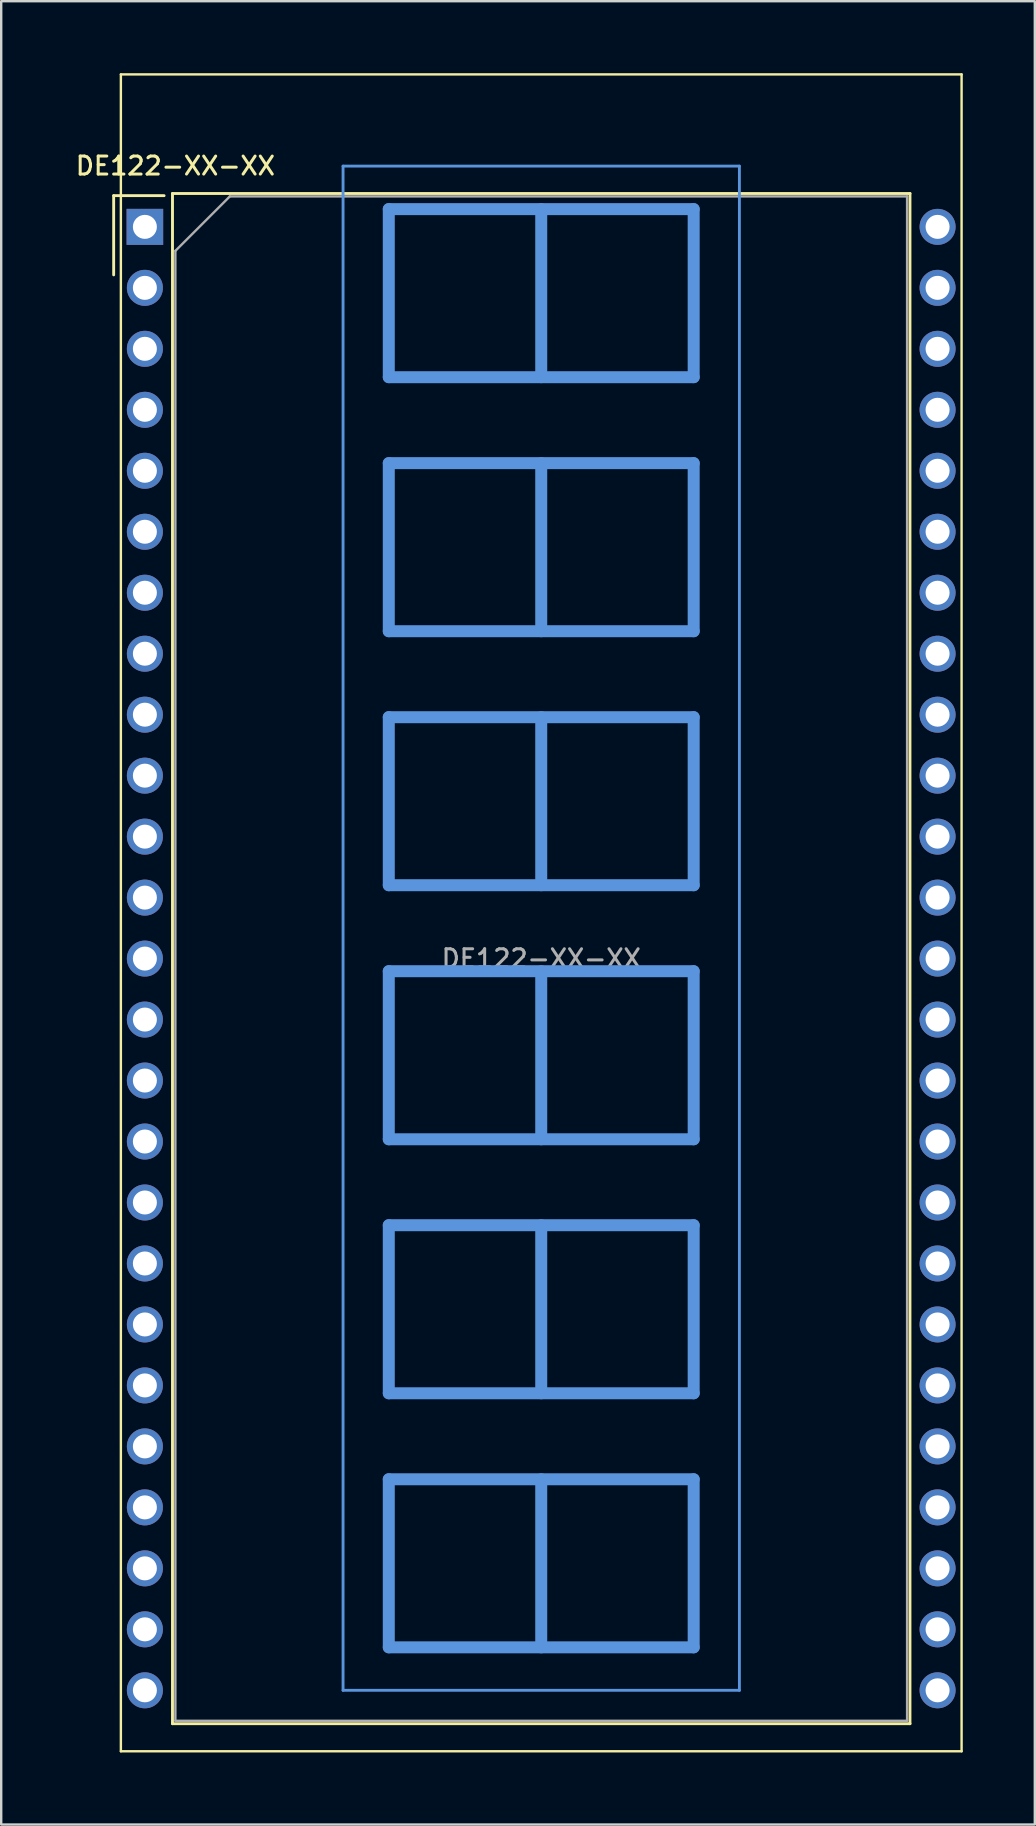
<source format=kicad_pcb>
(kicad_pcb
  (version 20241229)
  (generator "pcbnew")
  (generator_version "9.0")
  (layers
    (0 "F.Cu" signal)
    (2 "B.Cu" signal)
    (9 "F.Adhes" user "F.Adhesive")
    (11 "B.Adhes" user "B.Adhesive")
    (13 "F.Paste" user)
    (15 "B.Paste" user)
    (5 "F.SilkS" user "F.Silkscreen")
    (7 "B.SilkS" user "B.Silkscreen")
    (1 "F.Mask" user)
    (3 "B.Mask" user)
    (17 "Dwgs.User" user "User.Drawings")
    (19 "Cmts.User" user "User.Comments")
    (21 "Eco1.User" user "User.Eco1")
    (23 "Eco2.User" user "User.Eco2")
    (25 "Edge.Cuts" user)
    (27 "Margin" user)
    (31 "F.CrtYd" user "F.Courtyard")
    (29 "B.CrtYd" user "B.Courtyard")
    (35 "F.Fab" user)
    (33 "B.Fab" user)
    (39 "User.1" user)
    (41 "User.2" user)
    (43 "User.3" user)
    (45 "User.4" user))
  (footprint "DE122-XX-XX"
    (layer "F.Cu")
    (at 2.985 6.4)
    (property "Reference" "DE122-XX-XX" (at 1.27 -2.54 0) (layer "F.SilkS") (effects (font (size 0.75 0.75) (thickness 0.125))))
    (attr through_hole)
    (fp_line (start -1.3 -1.3) (end -1.3 2) (stroke (width 0.12) (type solid)) (layer "F.SilkS"))
    (fp_line (start -1.3 -1.3) (end 0.8 -1.3) (stroke (width 0.12) (type solid)) (layer "F.SilkS"))
    (fp_line (start -1 -6.35) (end 34.02 -6.35) (stroke (width 0.1) (type solid)) (layer "F.SilkS"))
    (fp_line (start -1 63.5) (end -1 -6.35) (stroke (width 0.1) (type solid)) (layer "F.SilkS"))
    (fp_line (start 1.15 -1.39) (end 1.15 62.35) (stroke (width 0.12) (type solid)) (layer "F.SilkS"))
    (fp_line (start 1.15 62.35) (end 31.87 62.35) (stroke (width 0.12) (type solid)) (layer "F.SilkS"))
    (fp_line (start 31.87 -1.39) (end 1.15 -1.39) (stroke (width 0.12) (type solid)) (layer "F.SilkS"))
    (fp_line (start 31.87 62.35) (end 31.87 -1.39) (stroke (width 0.12) (type solid)) (layer "F.SilkS"))
    (fp_line (start 34.02 -6.35) (end 34.02 63.5) (stroke (width 0.1) (type solid)) (layer "F.SilkS"))
    (fp_line (start 34.02 63.5) (end -1 63.5) (stroke (width 0.1) (type solid)) (layer "F.SilkS"))
    (fp_line (start 8.255 -2.53) (end 8.255 60.96) (stroke (width 0.12) (type solid)) (layer "Cmts.User"))
    (fp_line (start 8.255 -2.53) (end 24.765 -2.53) (stroke (width 0.12) (type solid)) (layer "Cmts.User"))
    (fp_line (start 8.255 60.96) (end 24.765 60.96) (stroke (width 0.12) (type solid)) (layer "Cmts.User"))
    (fp_line (start 10.16 -0.739) (end 22.86 -0.739) (stroke (width 0.5) (type solid)) (layer "Cmts.User"))
    (fp_line (start 10.16 6.261) (end 10.16 -0.739) (stroke (width 0.5) (type solid)) (layer "Cmts.User"))
    (fp_line (start 10.16 9.843) (end 22.86 9.843) (stroke (width 0.5) (type solid)) (layer "Cmts.User"))
    (fp_line (start 10.16 16.843) (end 10.16 9.843) (stroke (width 0.5) (type solid)) (layer "Cmts.User"))
    (fp_line (start 10.16 20.424) (end 22.86 20.424) (stroke (width 0.5) (type solid)) (layer "Cmts.User"))
    (fp_line (start 10.16 27.424) (end 10.16 20.424) (stroke (width 0.5) (type solid)) (layer "Cmts.User"))
    (fp_line (start 10.16 31.006) (end 22.86 31.006) (stroke (width 0.5) (type solid)) (layer "Cmts.User"))
    (fp_line (start 10.16 38.006) (end 10.16 31.006) (stroke (width 0.5) (type solid)) (layer "Cmts.User"))
    (fp_line (start 10.16 41.587) (end 22.86 41.587) (stroke (width 0.5) (type solid)) (layer "Cmts.User"))
    (fp_line (start 10.16 48.587) (end 10.16 41.587) (stroke (width 0.5) (type solid)) (layer "Cmts.User"))
    (fp_line (start 10.16 52.169) (end 22.86 52.169) (stroke (width 0.5) (type solid)) (layer "Cmts.User"))
    (fp_line (start 10.16 59.169) (end 10.16 52.169) (stroke (width 0.5) (type solid)) (layer "Cmts.User"))
    (fp_line (start 16.51 -0.739) (end 16.51 6.261) (stroke (width 0.5) (type solid)) (layer "Cmts.User"))
    (fp_line (start 16.51 9.843) (end 16.51 16.843) (stroke (width 0.5) (type solid)) (layer "Cmts.User"))
    (fp_line (start 16.51 20.424) (end 16.51 27.424) (stroke (width 0.5) (type solid)) (layer "Cmts.User"))
    (fp_line (start 16.51 31.006) (end 16.51 38.006) (stroke (width 0.5) (type solid)) (layer "Cmts.User"))
    (fp_line (start 16.51 41.587) (end 16.51 48.587) (stroke (width 0.5) (type solid)) (layer "Cmts.User"))
    (fp_line (start 16.51 52.169) (end 16.51 59.169) (stroke (width 0.5) (type solid)) (layer "Cmts.User"))
    (fp_line (start 22.86 -0.739) (end 22.86 6.261) (stroke (width 0.5) (type solid)) (layer "Cmts.User"))
    (fp_line (start 22.86 6.261) (end 10.16 6.261) (stroke (width 0.5) (type solid)) (layer "Cmts.User"))
    (fp_line (start 22.86 9.843) (end 22.86 16.843) (stroke (width 0.5) (type solid)) (layer "Cmts.User"))
    (fp_line (start 22.86 16.843) (end 10.16 16.843) (stroke (width 0.5) (type solid)) (layer "Cmts.User"))
    (fp_line (start 22.86 20.424) (end 22.86 27.424) (stroke (width 0.5) (type solid)) (layer "Cmts.User"))
    (fp_line (start 22.86 27.424) (end 10.16 27.424) (stroke (width 0.5) (type solid)) (layer "Cmts.User"))
    (fp_line (start 22.86 31.006) (end 22.86 38.006) (stroke (width 0.5) (type solid)) (layer "Cmts.User"))
    (fp_line (start 22.86 38.006) (end 10.16 38.006) (stroke (width 0.5) (type solid)) (layer "Cmts.User"))
    (fp_line (start 22.86 41.587) (end 22.86 48.587) (stroke (width 0.5) (type solid)) (layer "Cmts.User"))
    (fp_line (start 22.86 48.587) (end 10.16 48.587) (stroke (width 0.5) (type solid)) (layer "Cmts.User"))
    (fp_line (start 22.86 52.169) (end 22.86 59.169) (stroke (width 0.5) (type solid)) (layer "Cmts.User"))
    (fp_line (start 22.86 59.169) (end 10.16 59.169) (stroke (width 0.5) (type solid)) (layer "Cmts.User"))
    (fp_line (start 24.765 60.96) (end 24.765 -2.53) (stroke (width 0.12) (type solid)) (layer "Cmts.User"))
    (fp_line (start 1.27 1) (end 3.54 -1.27) (stroke (width 0.1) (type solid)) (layer "F.Fab"))
    (fp_line (start 1.27 62.23) (end 1.27 1) (stroke (width 0.1) (type solid)) (layer "F.Fab"))
    (fp_line (start 3.54 -1.27) (end 31.75 -1.27) (stroke (width 0.1) (type solid)) (layer "F.Fab"))
    (fp_line (start 31.75 -1.27) (end 31.75 62.23) (stroke (width 0.1) (type solid)) (layer "F.Fab"))
    (fp_line (start 31.75 62.23) (end 1.27 62.23) (stroke (width 0.1) (type solid)) (layer "F.Fab"))
    (fp_text user "${REFERENCE}" (at 16.51 30.48 0) (layer "F.Fab") (effects (font (size 0.75 0.75) (thickness 0.125))))
    (pad "1" thru_hole rect (at 0 0 270) (size 1.5 1.524) (drill 1) (layers "*.Cu" "*.Mask"))
    (pad "2" thru_hole circle (at 0 2.54 270) (size 1.5 1.5) (drill 1) (layers "*.Cu" "*.Mask"))
    (pad "3" thru_hole circle (at 0 5.08 270) (size 1.5 1.5) (drill 1) (layers "*.Cu" "*.Mask"))
    (pad "4" thru_hole circle (at 0 7.62 270) (size 1.5 1.5) (drill 1) (layers "*.Cu" "*.Mask"))
    (pad "5" thru_hole circle (at 0 10.16 270) (size 1.5 1.5) (drill 1) (layers "*.Cu" "*.Mask"))
    (pad "6" thru_hole circle (at 0 12.7 270) (size 1.5 1.5) (drill 1) (layers "*.Cu" "*.Mask"))
    (pad "7" thru_hole circle (at 0 15.24 270) (size 1.5 1.5) (drill 1) (layers "*.Cu" "*.Mask"))
    (pad "8" thru_hole circle (at 0 17.78 270) (size 1.5 1.5) (drill 1) (layers "*.Cu" "*.Mask"))
    (pad "9" thru_hole circle (at 0 20.32 270) (size 1.5 1.5) (drill 1) (layers "*.Cu" "*.Mask"))
    (pad "10" thru_hole circle (at 0 22.86 270) (size 1.5 1.5) (drill 1) (layers "*.Cu" "*.Mask"))
    (pad "11" thru_hole circle (at 0 25.4 270) (size 1.5 1.5) (drill 1) (layers "*.Cu" "*.Mask"))
    (pad "12" thru_hole circle (at 0 27.94 270) (size 1.5 1.5) (drill 1) (layers "*.Cu" "*.Mask"))
    (pad "13" thru_hole circle (at 0 30.48 270) (size 1.5 1.5) (drill 1) (layers "*.Cu" "*.Mask"))
    (pad "14" thru_hole circle (at 0 33.02 270) (size 1.5 1.5) (drill 1) (layers "*.Cu" "*.Mask"))
    (pad "15" thru_hole circle (at 0 35.56 270) (size 1.5 1.5) (drill 1) (layers "*.Cu" "*.Mask"))
    (pad "16" thru_hole circle (at 0 38.1 270) (size 1.5 1.5) (drill 1) (layers "*.Cu" "*.Mask"))
    (pad "17" thru_hole circle (at 0 40.64 270) (size 1.5 1.5) (drill 1) (layers "*.Cu" "*.Mask"))
    (pad "18" thru_hole circle (at 0 43.18 270) (size 1.5 1.5) (drill 1) (layers "*.Cu" "*.Mask"))
    (pad "19" thru_hole circle (at 0 45.72 270) (size 1.5 1.5) (drill 1) (layers "*.Cu" "*.Mask"))
    (pad "20" thru_hole circle (at 0 48.26 270) (size 1.5 1.5) (drill 1) (layers "*.Cu" "*.Mask"))
    (pad "21" thru_hole circle (at 0 50.8 270) (size 1.5 1.5) (drill 1) (layers "*.Cu" "*.Mask"))
    (pad "22" thru_hole circle (at 0 53.34 270) (size 1.5 1.5) (drill 1) (layers "*.Cu" "*.Mask"))
    (pad "23" thru_hole circle (at 0 55.88 270) (size 1.5 1.5) (drill 1) (layers "*.Cu" "*.Mask"))
    (pad "24" thru_hole circle (at 0 58.42 270) (size 1.5 1.5) (drill 1) (layers "*.Cu" "*.Mask"))
    (pad "25" thru_hole circle (at 0 60.96 270) (size 1.5 1.5) (drill 1) (layers "*.Cu" "*.Mask"))
    (pad "26" thru_hole circle (at 33.02 60.96 270) (size 1.5 1.5) (drill 1) (layers "*.Cu" "*.Mask"))
    (pad "27" thru_hole circle (at 33.02 58.42 270) (size 1.5 1.5) (drill 1) (layers "*.Cu" "*.Mask"))
    (pad "28" thru_hole circle (at 33.02 55.88 270) (size 1.5 1.5) (drill 1) (layers "*.Cu" "*.Mask"))
    (pad "29" thru_hole circle (at 33.02 53.34 270) (size 1.5 1.5) (drill 1) (layers "*.Cu" "*.Mask"))
    (pad "30" thru_hole circle (at 33.02 50.8 270) (size 1.5 1.5) (drill 1) (layers "*.Cu" "*.Mask"))
    (pad "31" thru_hole circle (at 33.02 48.26 270) (size 1.5 1.5) (drill 1) (layers "*.Cu" "*.Mask"))
    (pad "32" thru_hole circle (at 33.02 45.72 270) (size 1.5 1.5) (drill 1) (layers "*.Cu" "*.Mask"))
    (pad "33" thru_hole circle (at 33.02 43.18 270) (size 1.5 1.5) (drill 1) (layers "*.Cu" "*.Mask"))
    (pad "34" thru_hole circle (at 33.02 40.64 270) (size 1.5 1.5) (drill 1) (layers "*.Cu" "*.Mask"))
    (pad "35" thru_hole circle (at 33.02 38.1 270) (size 1.5 1.5) (drill 1) (layers "*.Cu" "*.Mask"))
    (pad "36" thru_hole circle (at 33.02 35.56 270) (size 1.5 1.5) (drill 1) (layers "*.Cu" "*.Mask"))
    (pad "37" thru_hole circle (at 33.02 33.02 270) (size 1.5 1.5) (drill 1) (layers "*.Cu" "*.Mask"))
    (pad "38" thru_hole circle (at 33.02 30.48 270) (size 1.5 1.5) (drill 1) (layers "*.Cu" "*.Mask"))
    (pad "39" thru_hole circle (at 33.02 27.94 270) (size 1.5 1.5) (drill 1) (layers "*.Cu" "*.Mask"))
    (pad "40" thru_hole circle (at 33.02 25.4 270) (size 1.5 1.5) (drill 1) (layers "*.Cu" "*.Mask"))
    (pad "41" thru_hole circle (at 33.02 22.86 270) (size 1.5 1.5) (drill 1) (layers "*.Cu" "*.Mask"))
    (pad "42" thru_hole circle (at 33.02 20.32 270) (size 1.5 1.5) (drill 1) (layers "*.Cu" "*.Mask"))
    (pad "43" thru_hole circle (at 33.02 17.78 270) (size 1.5 1.5) (drill 1) (layers "*.Cu" "*.Mask"))
    (pad "44" thru_hole circle (at 33.02 15.24 270) (size 1.5 1.5) (drill 1) (layers "*.Cu" "*.Mask"))
    (pad "45" thru_hole circle (at 33.02 12.7 270) (size 1.5 1.5) (drill 1) (layers "*.Cu" "*.Mask"))
    (pad "46" thru_hole circle (at 33.02 10.16 270) (size 1.5 1.5) (drill 1) (layers "*.Cu" "*.Mask"))
    (pad "47" thru_hole circle (at 33.02 7.62 270) (size 1.5 1.5) (drill 1) (layers "*.Cu" "*.Mask"))
    (pad "48" thru_hole circle (at 33.02 5.08 270) (size 1.5 1.5) (drill 1) (layers "*.Cu" "*.Mask"))
    (pad "49" thru_hole circle (at 33.02 2.54 270) (size 1.5 1.5) (drill 1) (layers "*.Cu" "*.Mask"))
    (pad "50" thru_hole circle (at 33.02 0 270) (size 1.5 1.5) (drill 1) (layers "*.Cu" "*.Mask")))
  (gr_rect
    (start -3 -3)
    (end 40.055 72.95)
    (stroke (width 0.1) (type default))
    (fill no)
    (layer "Edge.Cuts")))
</source>
